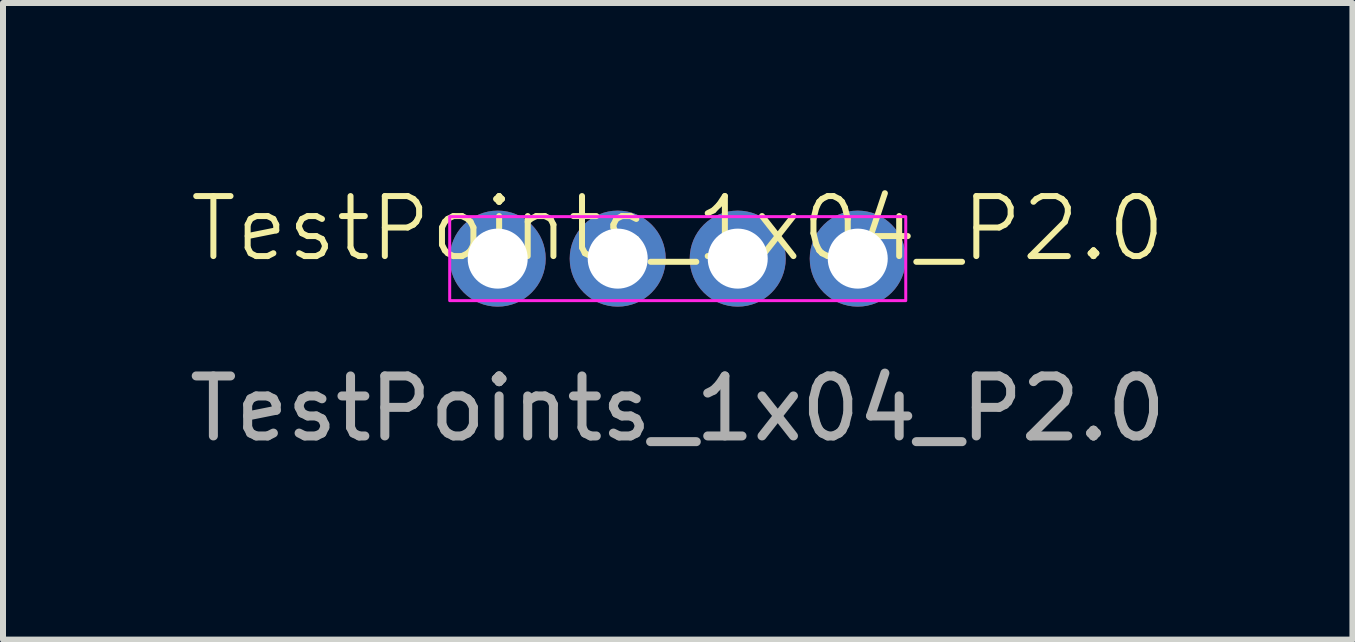
<source format=kicad_pcb>
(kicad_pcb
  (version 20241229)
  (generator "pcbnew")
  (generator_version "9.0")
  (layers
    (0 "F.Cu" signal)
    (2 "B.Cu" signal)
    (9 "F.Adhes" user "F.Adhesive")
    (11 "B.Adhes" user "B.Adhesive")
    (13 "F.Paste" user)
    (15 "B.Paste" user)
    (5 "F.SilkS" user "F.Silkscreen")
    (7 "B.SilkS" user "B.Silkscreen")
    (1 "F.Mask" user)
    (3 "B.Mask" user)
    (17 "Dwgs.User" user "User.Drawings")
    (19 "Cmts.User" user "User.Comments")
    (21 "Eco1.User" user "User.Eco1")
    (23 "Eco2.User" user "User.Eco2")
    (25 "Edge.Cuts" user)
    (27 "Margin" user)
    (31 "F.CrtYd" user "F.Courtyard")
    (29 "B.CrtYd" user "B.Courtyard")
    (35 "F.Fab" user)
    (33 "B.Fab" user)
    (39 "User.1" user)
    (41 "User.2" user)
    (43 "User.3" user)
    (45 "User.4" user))
  (footprint "TestPoints_1x04_P2.0"
    (layer "F.Cu")
    (at 8.244 1.26)
    (property "Reference" "TestPoints_1x04_P2.0" (at 0 -0.5 0) (unlocked yes) (layer "F.SilkS") (effects (font (size 1 1) (thickness 0.1))))
    (attr smd)
    (fp_rect (start -3.8 -0.7) (end 3.8 0.7) (stroke (width 0.05) (type default)) (fill no) (layer "F.CrtYd"))
    (fp_text user "${REFERENCE}" (at 0 2.5 0) (unlocked yes) (layer "F.Fab") (effects (font (size 1 1) (thickness 0.15))))
    (pad "1" thru_hole circle (at -3 0) (size 1.6 1.6) (drill 1) (layers "*.Cu" "*.Mask"))
    (pad "2" thru_hole circle (at -1 0) (size 1.6 1.6) (drill 1) (layers "*.Cu" "*.Mask"))
    (pad "3" thru_hole circle (at 1 0) (size 1.6 1.6) (drill 1) (layers "*.Cu" "*.Mask"))
    (pad "4" thru_hole circle (at 3 0) (size 1.6 1.6) (drill 1) (layers "*.Cu" "*.Mask")))
  (gr_rect
    (start -3 -3)
    (end 19.488 7.609)
    (stroke (width 0.1) (type default))
    (fill no)
    (layer "Edge.Cuts")))
</source>
